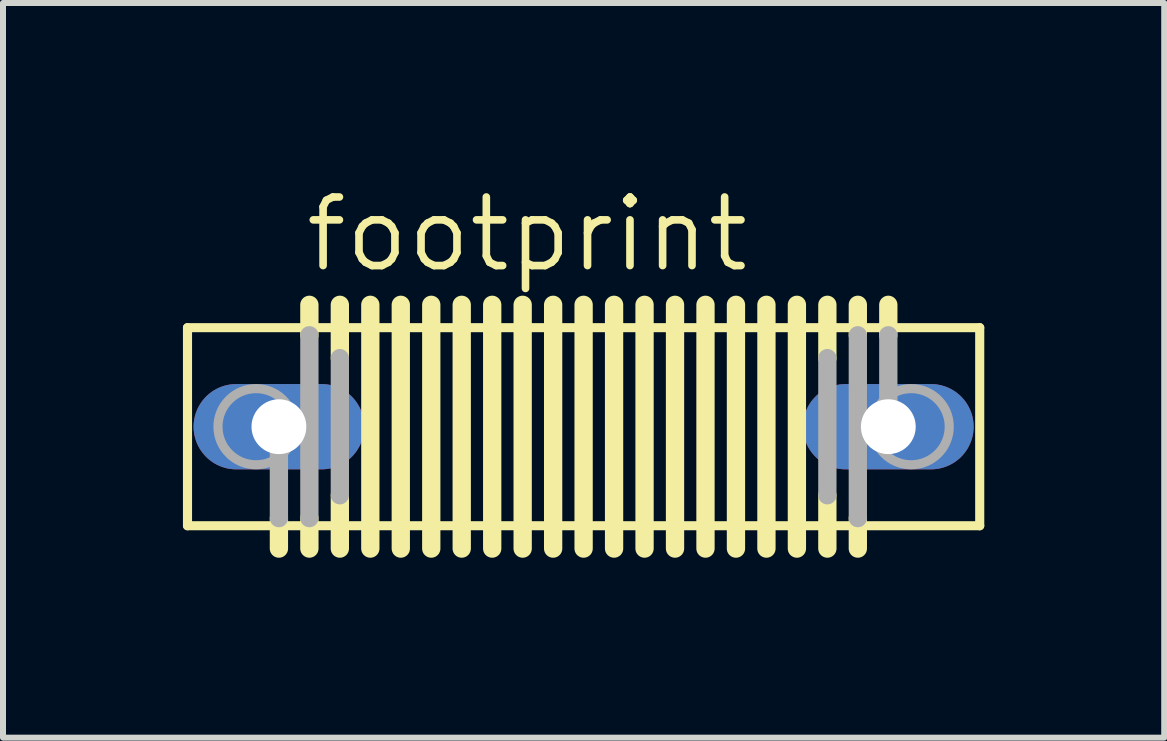
<source format=kicad_pcb>
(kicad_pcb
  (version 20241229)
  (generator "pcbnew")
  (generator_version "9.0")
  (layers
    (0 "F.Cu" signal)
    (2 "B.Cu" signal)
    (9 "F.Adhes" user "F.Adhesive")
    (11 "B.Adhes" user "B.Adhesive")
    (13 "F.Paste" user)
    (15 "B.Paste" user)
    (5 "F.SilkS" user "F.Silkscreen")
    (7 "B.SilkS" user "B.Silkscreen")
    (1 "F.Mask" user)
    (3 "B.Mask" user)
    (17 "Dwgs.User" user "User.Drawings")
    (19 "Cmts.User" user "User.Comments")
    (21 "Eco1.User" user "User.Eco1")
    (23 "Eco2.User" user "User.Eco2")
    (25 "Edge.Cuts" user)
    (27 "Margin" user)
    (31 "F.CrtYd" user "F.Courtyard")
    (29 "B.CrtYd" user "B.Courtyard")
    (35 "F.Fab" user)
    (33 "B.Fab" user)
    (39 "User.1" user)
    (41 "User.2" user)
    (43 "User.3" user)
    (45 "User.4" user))
  (footprint "footprint"
    (layer "F.Cu")
    (at 6.68 4.064)
    (property "Reference" "footprint" (at -4.699 -2.54 0) (layer "F.SilkS") (effects (font (size 1.143 1.143) (thickness 0.127)) (justify left bottom)))
    (fp_line (start -6.604 -1.651) (end -6.604 1.651) (stroke (width 0.152) (type solid)) (layer "F.SilkS"))
    (fp_line (start -6.604 1.651) (end 6.604 1.651) (stroke (width 0.152) (type solid)) (layer "F.SilkS"))
    (fp_line (start -5.08 1.524) (end -5.08 2.032) (stroke (width 0.305) (type solid)) (layer "F.SilkS"))
    (fp_line (start -4.572 -2.032) (end -4.572 -1.524) (stroke (width 0.305) (type solid)) (layer "F.SilkS"))
    (fp_line (start -4.572 1.524) (end -4.572 2.032) (stroke (width 0.305) (type solid)) (layer "F.SilkS"))
    (fp_line (start -4.064 -2.032) (end -4.064 -1.143) (stroke (width 0.305) (type solid)) (layer "F.SilkS"))
    (fp_line (start -4.064 1.143) (end -4.064 2.032) (stroke (width 0.305) (type solid)) (layer "F.SilkS"))
    (fp_line (start -3.556 -2.032) (end -3.556 2.032) (stroke (width 0.305) (type solid)) (layer "F.SilkS"))
    (fp_line (start -3.048 -2.032) (end -3.048 2.032) (stroke (width 0.305) (type solid)) (layer "F.SilkS"))
    (fp_line (start -2.54 -2.032) (end -2.54 2.032) (stroke (width 0.305) (type solid)) (layer "F.SilkS"))
    (fp_line (start -2.032 -2.032) (end -2.032 2.032) (stroke (width 0.305) (type solid)) (layer "F.SilkS"))
    (fp_line (start -1.524 -2.032) (end -1.524 2.032) (stroke (width 0.305) (type solid)) (layer "F.SilkS"))
    (fp_line (start -1.016 -2.032) (end -1.016 2.032) (stroke (width 0.305) (type solid)) (layer "F.SilkS"))
    (fp_line (start -0.508 -2.032) (end -0.508 2.032) (stroke (width 0.305) (type solid)) (layer "F.SilkS"))
    (fp_line (start 0 -2.032) (end 0 2.032) (stroke (width 0.305) (type solid)) (layer "F.SilkS"))
    (fp_line (start 0.508 -2.032) (end 0.508 2.032) (stroke (width 0.305) (type solid)) (layer "F.SilkS"))
    (fp_line (start 1.016 -2.032) (end 1.016 2.032) (stroke (width 0.305) (type solid)) (layer "F.SilkS"))
    (fp_line (start 1.524 -2.032) (end 1.524 2.032) (stroke (width 0.305) (type solid)) (layer "F.SilkS"))
    (fp_line (start 2.032 -2.032) (end 2.032 2.032) (stroke (width 0.305) (type solid)) (layer "F.SilkS"))
    (fp_line (start 2.54 -2.032) (end 2.54 2.032) (stroke (width 0.305) (type solid)) (layer "F.SilkS"))
    (fp_line (start 3.048 -2.032) (end 3.048 2.032) (stroke (width 0.305) (type solid)) (layer "F.SilkS"))
    (fp_line (start 3.556 -2.032) (end 3.556 2.032) (stroke (width 0.305) (type solid)) (layer "F.SilkS"))
    (fp_line (start 4.064 -2.032) (end 4.064 -1.143) (stroke (width 0.305) (type solid)) (layer "F.SilkS"))
    (fp_line (start 4.064 1.143) (end 4.064 2.032) (stroke (width 0.305) (type solid)) (layer "F.SilkS"))
    (fp_line (start 4.572 -2.032) (end 4.572 -1.524) (stroke (width 0.305) (type solid)) (layer "F.SilkS"))
    (fp_line (start 4.572 1.524) (end 4.572 2.032) (stroke (width 0.305) (type solid)) (layer "F.SilkS"))
    (fp_line (start 5.08 -2.032) (end 5.08 -1.524) (stroke (width 0.305) (type solid)) (layer "F.SilkS"))
    (fp_line (start 6.604 -1.651) (end -6.604 -1.651) (stroke (width 0.152) (type solid)) (layer "F.SilkS"))
    (fp_line (start 6.604 -1.651) (end 6.604 1.651) (stroke (width 0.152) (type solid)) (layer "F.SilkS"))
    (fp_line (start -5.08 -0.127) (end -5.08 1.524) (stroke (width 0.305) (type solid)) (layer "F.Fab"))
    (fp_line (start -4.572 -1.524) (end -4.572 1.524) (stroke (width 0.305) (type solid)) (layer "F.Fab"))
    (fp_line (start -4.064 -1.143) (end -4.064 1.143) (stroke (width 0.305) (type solid)) (layer "F.Fab"))
    (fp_line (start 4.064 -1.143) (end 4.064 1.143) (stroke (width 0.305) (type solid)) (layer "F.Fab"))
    (fp_line (start 4.572 -1.524) (end 4.572 1.524) (stroke (width 0.305) (type solid)) (layer "F.Fab"))
    (fp_line (start 5.08 -1.524) (end 5.08 0.127) (stroke (width 0.305) (type solid)) (layer "F.Fab"))
    (fp_circle (center -5.461 0) (end -4.826 0) (stroke (width 0.152) (type solid)) (fill no) (layer "F.Fab"))
    (fp_circle (center 5.461 0) (end 6.096 0) (stroke (width 0.152) (type solid)) (fill no) (layer "F.Fab"))
    (pad "1" thru_hole oval (at -5.08 0) (size 2.845 1.422) (drill 0.914) (layers "*.Cu" "*.Mask"))
    (pad "2" thru_hole oval (at 5.08 0) (size 2.845 1.422) (drill 0.914) (layers "*.Cu" "*.Mask")))
  (gr_rect
    (start -3 -3)
    (end 16.36 9.248)
    (stroke (width 0.1) (type default))
    (fill no)
    (layer "Edge.Cuts")))
</source>
